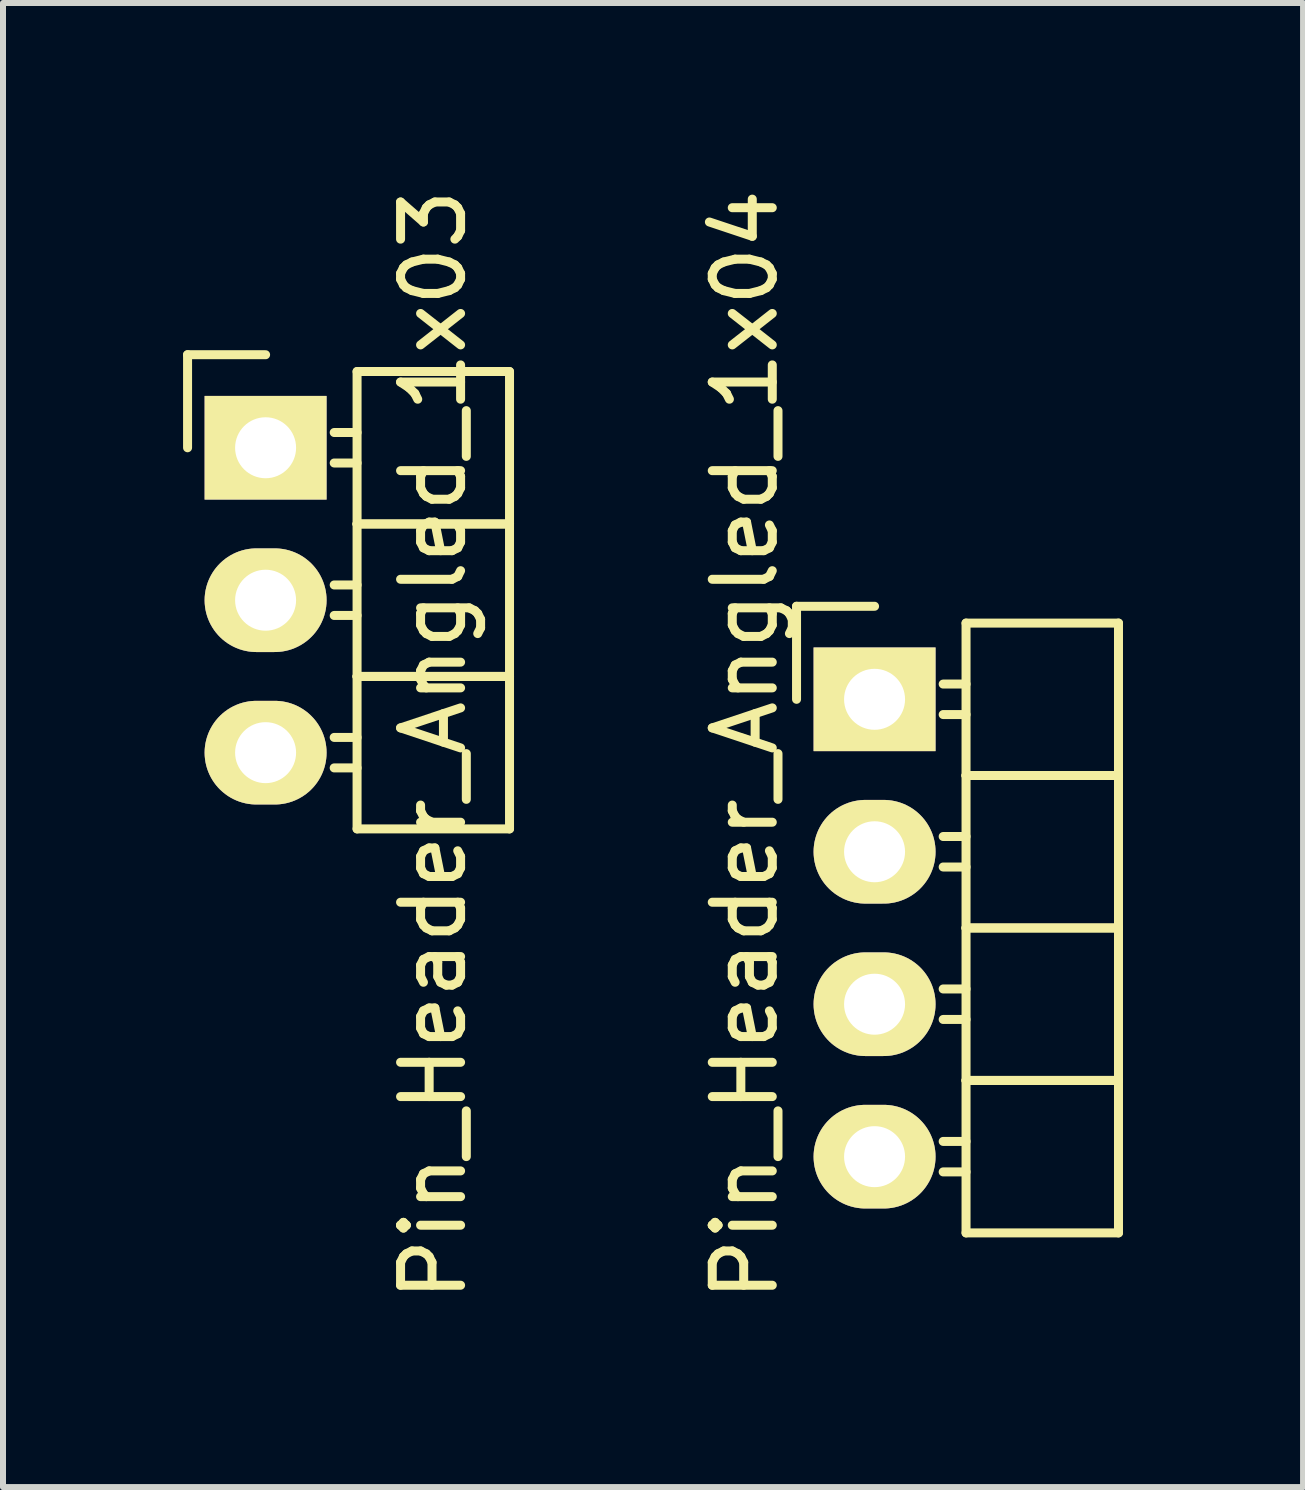
<source format=kicad_pcb>
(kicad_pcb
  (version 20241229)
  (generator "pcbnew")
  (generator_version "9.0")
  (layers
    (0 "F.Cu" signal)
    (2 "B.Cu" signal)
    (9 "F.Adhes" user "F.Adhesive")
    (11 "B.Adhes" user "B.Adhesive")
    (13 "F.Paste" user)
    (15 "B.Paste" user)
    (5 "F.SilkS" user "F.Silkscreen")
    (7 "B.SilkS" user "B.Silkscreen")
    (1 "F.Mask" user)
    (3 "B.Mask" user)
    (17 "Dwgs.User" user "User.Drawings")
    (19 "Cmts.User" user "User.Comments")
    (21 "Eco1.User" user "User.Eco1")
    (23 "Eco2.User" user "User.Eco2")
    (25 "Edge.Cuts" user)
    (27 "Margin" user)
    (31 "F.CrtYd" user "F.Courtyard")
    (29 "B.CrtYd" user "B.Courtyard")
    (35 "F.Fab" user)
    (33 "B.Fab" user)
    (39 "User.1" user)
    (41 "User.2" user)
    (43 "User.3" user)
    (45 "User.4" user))
  (footprint "Pin_Header_Angled_1x04"
    (layer "F.Cu")
    (at 11.521 8.601)
    (property "Reference" "Pin_Header_Angled_1x04" (at -2.159 0.762 270) (layer "F.SilkS") (effects (font (size 1 1) (thickness 0.15))))
    (attr through_hole)
    (fp_line (start -1.3 -1.55) (end -1.3 0) (stroke (width 0.15) (type solid)) (layer "F.SilkS"))
    (fp_line (start 0 -1.55) (end -1.3 -1.55) (stroke (width 0.15) (type solid)) (layer "F.SilkS"))
    (fp_line (start 1.524 -1.27) (end 1.524 1.27) (stroke (width 0.15) (type solid)) (layer "F.SilkS"))
    (fp_line (start 1.524 -1.27) (end 4.064 -1.27) (stroke (width 0.15) (type solid)) (layer "F.SilkS"))
    (fp_line (start 1.524 -0.254) (end 1.143 -0.254) (stroke (width 0.15) (type solid)) (layer "F.SilkS"))
    (fp_line (start 1.524 0.254) (end 1.143 0.254) (stroke (width 0.15) (type solid)) (layer "F.SilkS"))
    (fp_line (start 1.524 1.27) (end 1.524 3.81) (stroke (width 0.15) (type solid)) (layer "F.SilkS"))
    (fp_line (start 1.524 1.27) (end 4.064 1.27) (stroke (width 0.15) (type solid)) (layer "F.SilkS"))
    (fp_line (start 1.524 1.27) (end 4.064 1.27) (stroke (width 0.15) (type solid)) (layer "F.SilkS"))
    (fp_line (start 1.524 2.286) (end 1.143 2.286) (stroke (width 0.15) (type solid)) (layer "F.SilkS"))
    (fp_line (start 1.524 2.794) (end 1.143 2.794) (stroke (width 0.15) (type solid)) (layer "F.SilkS"))
    (fp_line (start 1.524 3.81) (end 1.524 6.35) (stroke (width 0.15) (type solid)) (layer "F.SilkS"))
    (fp_line (start 1.524 3.81) (end 4.064 3.81) (stroke (width 0.15) (type solid)) (layer "F.SilkS"))
    (fp_line (start 1.524 3.81) (end 4.064 3.81) (stroke (width 0.15) (type solid)) (layer "F.SilkS"))
    (fp_line (start 1.524 4.826) (end 1.143 4.826) (stroke (width 0.15) (type solid)) (layer "F.SilkS"))
    (fp_line (start 1.524 5.334) (end 1.143 5.334) (stroke (width 0.15) (type solid)) (layer "F.SilkS"))
    (fp_line (start 1.524 6.35) (end 1.524 8.89) (stroke (width 0.15) (type solid)) (layer "F.SilkS"))
    (fp_line (start 1.524 6.35) (end 4.064 6.35) (stroke (width 0.15) (type solid)) (layer "F.SilkS"))
    (fp_line (start 1.524 6.35) (end 4.064 6.35) (stroke (width 0.15) (type solid)) (layer "F.SilkS"))
    (fp_line (start 1.524 7.366) (end 1.143 7.366) (stroke (width 0.15) (type solid)) (layer "F.SilkS"))
    (fp_line (start 1.524 7.874) (end 1.143 7.874) (stroke (width 0.15) (type solid)) (layer "F.SilkS"))
    (fp_line (start 1.524 8.89) (end 4.064 8.89) (stroke (width 0.15) (type solid)) (layer "F.SilkS"))
    (fp_line (start 4.064 1.27) (end 4.064 -1.27) (stroke (width 0.15) (type solid)) (layer "F.SilkS"))
    (fp_line (start 4.064 3.81) (end 4.064 1.27) (stroke (width 0.15) (type solid)) (layer "F.SilkS"))
    (fp_line (start 4.064 6.35) (end 4.064 3.81) (stroke (width 0.15) (type solid)) (layer "F.SilkS"))
    (fp_line (start 4.064 8.89) (end 4.064 6.35) (stroke (width 0.15) (type solid)) (layer "F.SilkS"))
    (pad "1" thru_hole rect (at 0 0) (size 2.032 1.727) (drill 1.016) (layers "*.Cu" "*.Mask" "F.SilkS"))
    (pad "2" thru_hole oval (at 0 2.54) (size 2.032 1.727) (drill 1.016) (layers "*.Cu" "*.Mask" "F.SilkS"))
    (pad "3" thru_hole oval (at 0 5.08) (size 2.032 1.727) (drill 1.016) (layers "*.Cu" "*.Mask" "F.SilkS"))
    (pad "4" thru_hole oval (at 0 7.62) (size 2.032 1.727) (drill 1.016) (layers "*.Cu" "*.Mask" "F.SilkS")))
  (footprint "Pin_Header_Angled_1x03"
    (layer "F.Cu")
    (at 1.375 4.41)
    (property "Reference" "Pin_Header_Angled_1x03" (at 2.794 4.953 270) (layer "F.SilkS") (effects (font (size 1 1) (thickness 0.15))))
    (attr through_hole)
    (fp_line (start -1.3 -1.55) (end -1.3 0) (stroke (width 0.15) (type solid)) (layer "F.SilkS"))
    (fp_line (start 0 -1.55) (end -1.3 -1.55) (stroke (width 0.15) (type solid)) (layer "F.SilkS"))
    (fp_line (start 1.524 -1.27) (end 1.524 1.27) (stroke (width 0.15) (type solid)) (layer "F.SilkS"))
    (fp_line (start 1.524 -1.27) (end 4.064 -1.27) (stroke (width 0.15) (type solid)) (layer "F.SilkS"))
    (fp_line (start 1.524 -0.254) (end 1.143 -0.254) (stroke (width 0.15) (type solid)) (layer "F.SilkS"))
    (fp_line (start 1.524 0.254) (end 1.143 0.254) (stroke (width 0.15) (type solid)) (layer "F.SilkS"))
    (fp_line (start 1.524 1.27) (end 1.524 3.81) (stroke (width 0.15) (type solid)) (layer "F.SilkS"))
    (fp_line (start 1.524 1.27) (end 4.064 1.27) (stroke (width 0.15) (type solid)) (layer "F.SilkS"))
    (fp_line (start 1.524 1.27) (end 4.064 1.27) (stroke (width 0.15) (type solid)) (layer "F.SilkS"))
    (fp_line (start 1.524 2.286) (end 1.143 2.286) (stroke (width 0.15) (type solid)) (layer "F.SilkS"))
    (fp_line (start 1.524 2.794) (end 1.143 2.794) (stroke (width 0.15) (type solid)) (layer "F.SilkS"))
    (fp_line (start 1.524 3.81) (end 1.524 6.35) (stroke (width 0.15) (type solid)) (layer "F.SilkS"))
    (fp_line (start 1.524 3.81) (end 4.064 3.81) (stroke (width 0.15) (type solid)) (layer "F.SilkS"))
    (fp_line (start 1.524 3.81) (end 4.064 3.81) (stroke (width 0.15) (type solid)) (layer "F.SilkS"))
    (fp_line (start 1.524 4.826) (end 1.143 4.826) (stroke (width 0.15) (type solid)) (layer "F.SilkS"))
    (fp_line (start 1.524 5.334) (end 1.143 5.334) (stroke (width 0.15) (type solid)) (layer "F.SilkS"))
    (fp_line (start 1.524 6.35) (end 4.064 6.35) (stroke (width 0.15) (type solid)) (layer "F.SilkS"))
    (fp_line (start 4.064 1.27) (end 4.064 -1.27) (stroke (width 0.15) (type solid)) (layer "F.SilkS"))
    (fp_line (start 4.064 3.81) (end 4.064 1.27) (stroke (width 0.15) (type solid)) (layer "F.SilkS"))
    (fp_line (start 4.064 6.35) (end 4.064 3.81) (stroke (width 0.15) (type solid)) (layer "F.SilkS"))
    (pad "1" thru_hole rect (at 0 0) (size 2.032 1.727) (drill 1.016) (layers "*.Cu" "*.Mask" "F.SilkS"))
    (pad "2" thru_hole oval (at 0 2.54) (size 2.032 1.727) (drill 1.016) (layers "*.Cu" "*.Mask" "F.SilkS"))
    (pad "3" thru_hole oval (at 0 5.08) (size 2.032 1.727) (drill 1.016) (layers "*.Cu" "*.Mask" "F.SilkS")))
  (gr_rect
    (start -3 -3)
    (end 18.66 21.726)
    (stroke (width 0.1) (type default))
    (fill no)
    (layer "Edge.Cuts")))
</source>
